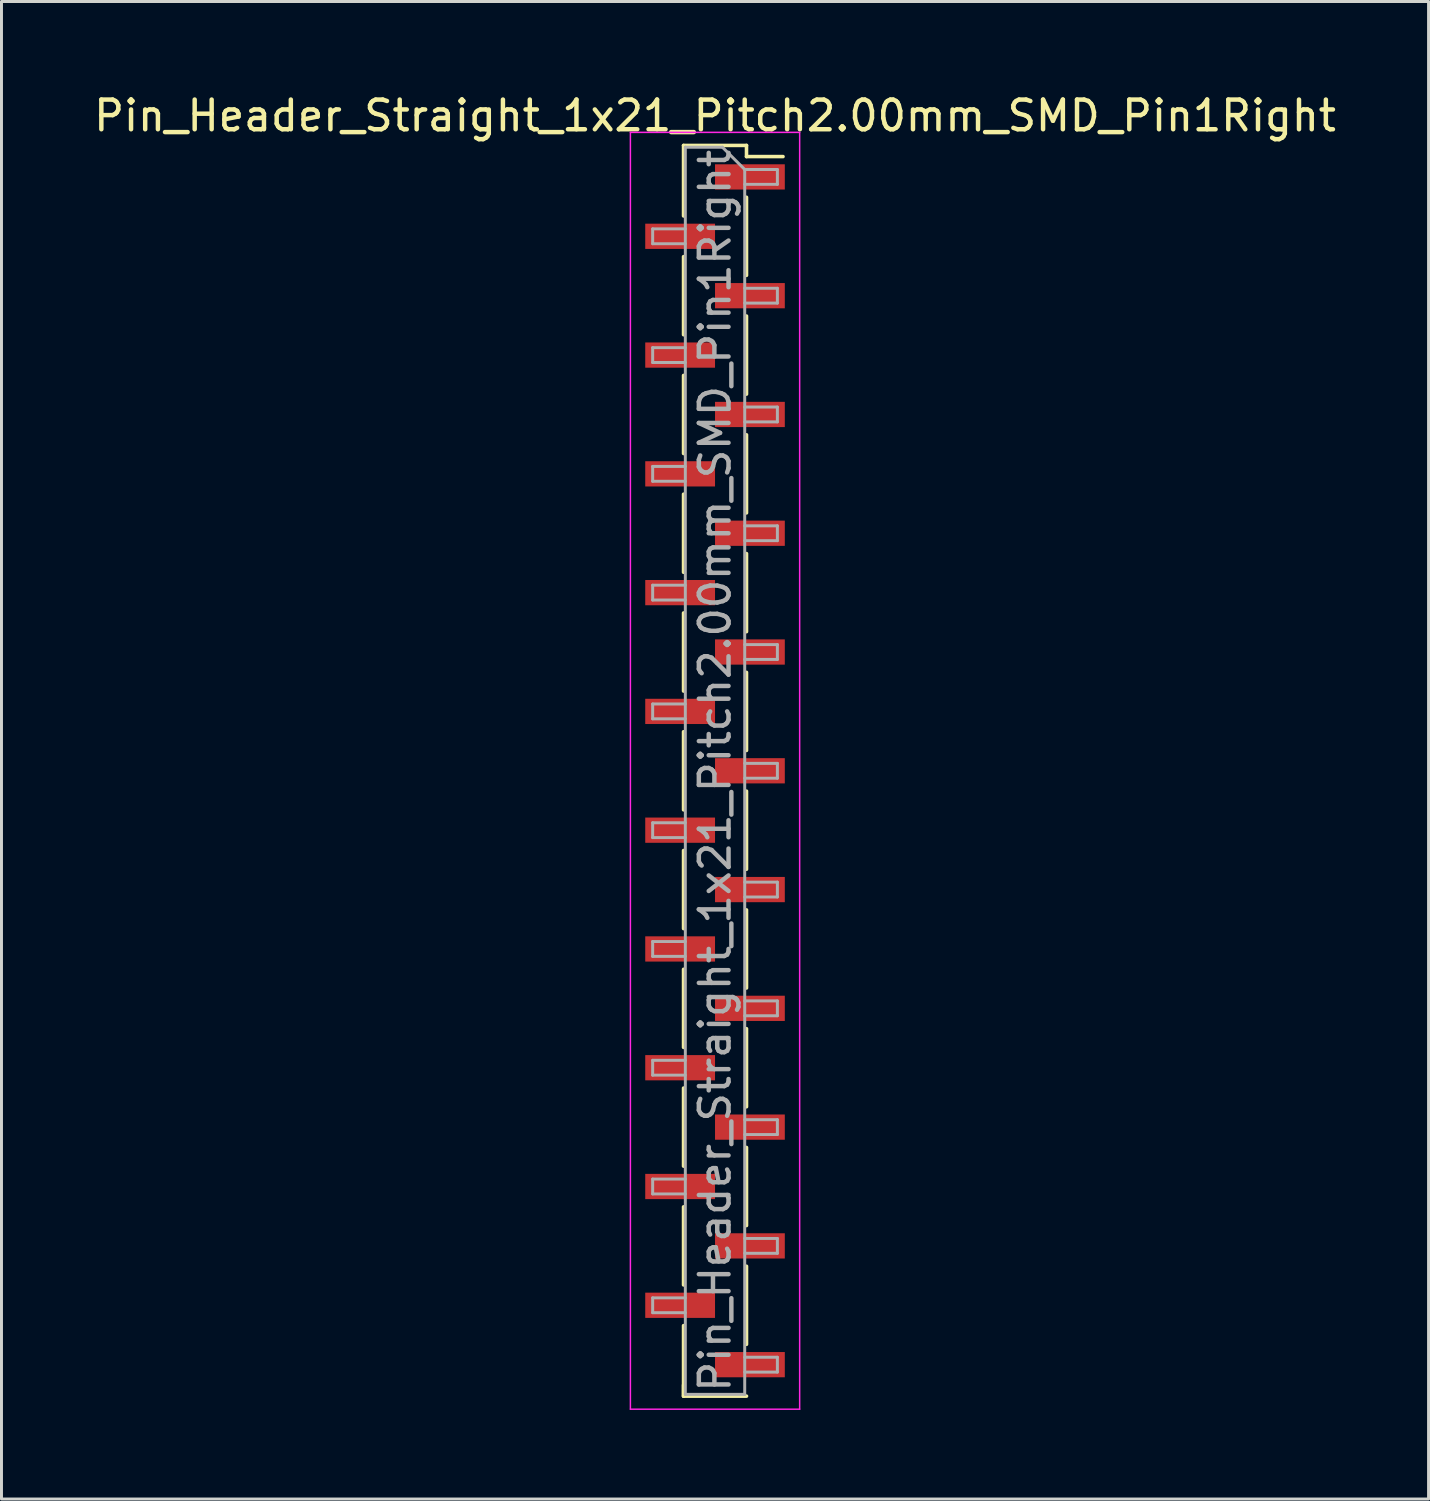
<source format=kicad_pcb>
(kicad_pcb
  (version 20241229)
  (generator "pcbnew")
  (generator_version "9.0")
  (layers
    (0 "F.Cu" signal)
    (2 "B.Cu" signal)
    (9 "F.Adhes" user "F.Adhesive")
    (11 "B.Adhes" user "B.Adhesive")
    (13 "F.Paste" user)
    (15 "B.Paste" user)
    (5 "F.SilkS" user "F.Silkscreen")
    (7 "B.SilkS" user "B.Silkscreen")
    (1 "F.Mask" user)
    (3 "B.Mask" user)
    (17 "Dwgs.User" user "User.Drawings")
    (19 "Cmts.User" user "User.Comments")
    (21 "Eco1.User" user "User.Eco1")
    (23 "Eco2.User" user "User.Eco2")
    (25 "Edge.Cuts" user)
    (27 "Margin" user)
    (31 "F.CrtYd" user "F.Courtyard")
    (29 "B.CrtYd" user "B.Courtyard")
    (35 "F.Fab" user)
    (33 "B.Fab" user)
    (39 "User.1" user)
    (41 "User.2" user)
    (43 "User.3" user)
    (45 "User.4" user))
  (footprint "Pin_Header_Straight_1x21_Pitch2.00mm_SMD_Pin1Right"
    (layer "F.Cu")
    (at 21.03 22.908)
    (property "Reference" "Pin_Header_Straight_1x21_Pitch2.00mm_SMD_Pin1Right" (at 0 -22.06 0) (layer "F.SilkS") (effects (font (size 1 1) (thickness 0.15))))
    (attr smd)
    (fp_line (start -1.06 -21.06) (end -1.06 -18.685) (stroke (width 0.12) (type solid)) (layer "F.SilkS"))
    (fp_line (start -1.06 -21.06) (end 1.06 -21.06) (stroke (width 0.12) (type solid)) (layer "F.SilkS"))
    (fp_line (start -1.06 -17.315) (end -1.06 -14.685) (stroke (width 0.12) (type solid)) (layer "F.SilkS"))
    (fp_line (start -1.06 -13.315) (end -1.06 -10.685) (stroke (width 0.12) (type solid)) (layer "F.SilkS"))
    (fp_line (start -1.06 -9.315) (end -1.06 -6.685) (stroke (width 0.12) (type solid)) (layer "F.SilkS"))
    (fp_line (start -1.06 -5.315) (end -1.06 -2.685) (stroke (width 0.12) (type solid)) (layer "F.SilkS"))
    (fp_line (start -1.06 -1.315) (end -1.06 1.315) (stroke (width 0.12) (type solid)) (layer "F.SilkS"))
    (fp_line (start -1.06 2.685) (end -1.06 5.315) (stroke (width 0.12) (type solid)) (layer "F.SilkS"))
    (fp_line (start -1.06 6.685) (end -1.06 9.315) (stroke (width 0.12) (type solid)) (layer "F.SilkS"))
    (fp_line (start -1.06 10.685) (end -1.06 13.315) (stroke (width 0.12) (type solid)) (layer "F.SilkS"))
    (fp_line (start -1.06 14.685) (end -1.06 17.315) (stroke (width 0.12) (type solid)) (layer "F.SilkS"))
    (fp_line (start -1.06 18.685) (end -1.06 21.06) (stroke (width 0.12) (type solid)) (layer "F.SilkS"))
    (fp_line (start -1.06 20.685) (end -1.06 21.06) (stroke (width 0.12) (type solid)) (layer "F.SilkS"))
    (fp_line (start -1.06 21.06) (end 1.06 21.06) (stroke (width 0.12) (type solid)) (layer "F.SilkS"))
    (fp_line (start 1.06 -21.06) (end 1.06 -20.685) (stroke (width 0.12) (type solid)) (layer "F.SilkS"))
    (fp_line (start 1.06 -20.685) (end 2.29 -20.685) (stroke (width 0.12) (type solid)) (layer "F.SilkS"))
    (fp_line (start 1.06 -19.315) (end 1.06 -16.685) (stroke (width 0.12) (type solid)) (layer "F.SilkS"))
    (fp_line (start 1.06 -15.315) (end 1.06 -12.685) (stroke (width 0.12) (type solid)) (layer "F.SilkS"))
    (fp_line (start 1.06 -11.315) (end 1.06 -8.685) (stroke (width 0.12) (type solid)) (layer "F.SilkS"))
    (fp_line (start 1.06 -7.315) (end 1.06 -4.685) (stroke (width 0.12) (type solid)) (layer "F.SilkS"))
    (fp_line (start 1.06 -3.315) (end 1.06 -0.685) (stroke (width 0.12) (type solid)) (layer "F.SilkS"))
    (fp_line (start 1.06 0.685) (end 1.06 3.315) (stroke (width 0.12) (type solid)) (layer "F.SilkS"))
    (fp_line (start 1.06 4.685) (end 1.06 7.315) (stroke (width 0.12) (type solid)) (layer "F.SilkS"))
    (fp_line (start 1.06 8.685) (end 1.06 11.315) (stroke (width 0.12) (type solid)) (layer "F.SilkS"))
    (fp_line (start 1.06 12.685) (end 1.06 15.315) (stroke (width 0.12) (type solid)) (layer "F.SilkS"))
    (fp_line (start 1.06 16.685) (end 1.06 19.315) (stroke (width 0.12) (type solid)) (layer "F.SilkS"))
    (fp_line (start -2.85 -21.5) (end -2.85 21.5) (stroke (width 0.05) (type solid)) (layer "F.CrtYd"))
    (fp_line (start -2.85 21.5) (end 2.85 21.5) (stroke (width 0.05) (type solid)) (layer "F.CrtYd"))
    (fp_line (start 2.85 -21.5) (end -2.85 -21.5) (stroke (width 0.05) (type solid)) (layer "F.CrtYd"))
    (fp_line (start 2.85 21.5) (end 2.85 -21.5) (stroke (width 0.05) (type solid)) (layer "F.CrtYd"))
    (fp_line (start -2.1 -18.25) (end -2.1 -17.75) (stroke (width 0.1) (type solid)) (layer "F.Fab"))
    (fp_line (start -2.1 -17.75) (end -1 -17.75) (stroke (width 0.1) (type solid)) (layer "F.Fab"))
    (fp_line (start -2.1 -14.25) (end -2.1 -13.75) (stroke (width 0.1) (type solid)) (layer "F.Fab"))
    (fp_line (start -2.1 -13.75) (end -1 -13.75) (stroke (width 0.1) (type solid)) (layer "F.Fab"))
    (fp_line (start -2.1 -10.25) (end -2.1 -9.75) (stroke (width 0.1) (type solid)) (layer "F.Fab"))
    (fp_line (start -2.1 -9.75) (end -1 -9.75) (stroke (width 0.1) (type solid)) (layer "F.Fab"))
    (fp_line (start -2.1 -6.25) (end -2.1 -5.75) (stroke (width 0.1) (type solid)) (layer "F.Fab"))
    (fp_line (start -2.1 -5.75) (end -1 -5.75) (stroke (width 0.1) (type solid)) (layer "F.Fab"))
    (fp_line (start -2.1 -2.25) (end -2.1 -1.75) (stroke (width 0.1) (type solid)) (layer "F.Fab"))
    (fp_line (start -2.1 -1.75) (end -1 -1.75) (stroke (width 0.1) (type solid)) (layer "F.Fab"))
    (fp_line (start -2.1 1.75) (end -2.1 2.25) (stroke (width 0.1) (type solid)) (layer "F.Fab"))
    (fp_line (start -2.1 2.25) (end -1 2.25) (stroke (width 0.1) (type solid)) (layer "F.Fab"))
    (fp_line (start -2.1 5.75) (end -2.1 6.25) (stroke (width 0.1) (type solid)) (layer "F.Fab"))
    (fp_line (start -2.1 6.25) (end -1 6.25) (stroke (width 0.1) (type solid)) (layer "F.Fab"))
    (fp_line (start -2.1 9.75) (end -2.1 10.25) (stroke (width 0.1) (type solid)) (layer "F.Fab"))
    (fp_line (start -2.1 10.25) (end -1 10.25) (stroke (width 0.1) (type solid)) (layer "F.Fab"))
    (fp_line (start -2.1 13.75) (end -2.1 14.25) (stroke (width 0.1) (type solid)) (layer "F.Fab"))
    (fp_line (start -2.1 14.25) (end -1 14.25) (stroke (width 0.1) (type solid)) (layer "F.Fab"))
    (fp_line (start -2.1 17.75) (end -2.1 18.25) (stroke (width 0.1) (type solid)) (layer "F.Fab"))
    (fp_line (start -2.1 18.25) (end -1 18.25) (stroke (width 0.1) (type solid)) (layer "F.Fab"))
    (fp_line (start -1 -21) (end -1 21) (stroke (width 0.1) (type solid)) (layer "F.Fab"))
    (fp_line (start -1 -21) (end 0.25 -21) (stroke (width 0.1) (type solid)) (layer "F.Fab"))
    (fp_line (start -1 -18.25) (end -2.1 -18.25) (stroke (width 0.1) (type solid)) (layer "F.Fab"))
    (fp_line (start -1 -14.25) (end -2.1 -14.25) (stroke (width 0.1) (type solid)) (layer "F.Fab"))
    (fp_line (start -1 -10.25) (end -2.1 -10.25) (stroke (width 0.1) (type solid)) (layer "F.Fab"))
    (fp_line (start -1 -6.25) (end -2.1 -6.25) (stroke (width 0.1) (type solid)) (layer "F.Fab"))
    (fp_line (start -1 -2.25) (end -2.1 -2.25) (stroke (width 0.1) (type solid)) (layer "F.Fab"))
    (fp_line (start -1 1.75) (end -2.1 1.75) (stroke (width 0.1) (type solid)) (layer "F.Fab"))
    (fp_line (start -1 5.75) (end -2.1 5.75) (stroke (width 0.1) (type solid)) (layer "F.Fab"))
    (fp_line (start -1 9.75) (end -2.1 9.75) (stroke (width 0.1) (type solid)) (layer "F.Fab"))
    (fp_line (start -1 13.75) (end -2.1 13.75) (stroke (width 0.1) (type solid)) (layer "F.Fab"))
    (fp_line (start -1 17.75) (end -2.1 17.75) (stroke (width 0.1) (type solid)) (layer "F.Fab"))
    (fp_line (start 1 -20.25) (end 0.25 -21) (stroke (width 0.1) (type solid)) (layer "F.Fab"))
    (fp_line (start 1 -20.25) (end 2.1 -20.25) (stroke (width 0.1) (type solid)) (layer "F.Fab"))
    (fp_line (start 1 -16.25) (end 2.1 -16.25) (stroke (width 0.1) (type solid)) (layer "F.Fab"))
    (fp_line (start 1 -12.25) (end 2.1 -12.25) (stroke (width 0.1) (type solid)) (layer "F.Fab"))
    (fp_line (start 1 -8.25) (end 2.1 -8.25) (stroke (width 0.1) (type solid)) (layer "F.Fab"))
    (fp_line (start 1 -4.25) (end 2.1 -4.25) (stroke (width 0.1) (type solid)) (layer "F.Fab"))
    (fp_line (start 1 -0.25) (end 2.1 -0.25) (stroke (width 0.1) (type solid)) (layer "F.Fab"))
    (fp_line (start 1 3.75) (end 2.1 3.75) (stroke (width 0.1) (type solid)) (layer "F.Fab"))
    (fp_line (start 1 7.75) (end 2.1 7.75) (stroke (width 0.1) (type solid)) (layer "F.Fab"))
    (fp_line (start 1 11.75) (end 2.1 11.75) (stroke (width 0.1) (type solid)) (layer "F.Fab"))
    (fp_line (start 1 15.75) (end 2.1 15.75) (stroke (width 0.1) (type solid)) (layer "F.Fab"))
    (fp_line (start 1 19.75) (end 2.1 19.75) (stroke (width 0.1) (type solid)) (layer "F.Fab"))
    (fp_line (start 1 21) (end -1 21) (stroke (width 0.1) (type solid)) (layer "F.Fab"))
    (fp_line (start 1 21) (end 1 -20.25) (stroke (width 0.1) (type solid)) (layer "F.Fab"))
    (fp_line (start 2.1 -20.25) (end 2.1 -19.75) (stroke (width 0.1) (type solid)) (layer "F.Fab"))
    (fp_line (start 2.1 -19.75) (end 1 -19.75) (stroke (width 0.1) (type solid)) (layer "F.Fab"))
    (fp_line (start 2.1 -16.25) (end 2.1 -15.75) (stroke (width 0.1) (type solid)) (layer "F.Fab"))
    (fp_line (start 2.1 -15.75) (end 1 -15.75) (stroke (width 0.1) (type solid)) (layer "F.Fab"))
    (fp_line (start 2.1 -12.25) (end 2.1 -11.75) (stroke (width 0.1) (type solid)) (layer "F.Fab"))
    (fp_line (start 2.1 -11.75) (end 1 -11.75) (stroke (width 0.1) (type solid)) (layer "F.Fab"))
    (fp_line (start 2.1 -8.25) (end 2.1 -7.75) (stroke (width 0.1) (type solid)) (layer "F.Fab"))
    (fp_line (start 2.1 -7.75) (end 1 -7.75) (stroke (width 0.1) (type solid)) (layer "F.Fab"))
    (fp_line (start 2.1 -4.25) (end 2.1 -3.75) (stroke (width 0.1) (type solid)) (layer "F.Fab"))
    (fp_line (start 2.1 -3.75) (end 1 -3.75) (stroke (width 0.1) (type solid)) (layer "F.Fab"))
    (fp_line (start 2.1 -0.25) (end 2.1 0.25) (stroke (width 0.1) (type solid)) (layer "F.Fab"))
    (fp_line (start 2.1 0.25) (end 1 0.25) (stroke (width 0.1) (type solid)) (layer "F.Fab"))
    (fp_line (start 2.1 3.75) (end 2.1 4.25) (stroke (width 0.1) (type solid)) (layer "F.Fab"))
    (fp_line (start 2.1 4.25) (end 1 4.25) (stroke (width 0.1) (type solid)) (layer "F.Fab"))
    (fp_line (start 2.1 7.75) (end 2.1 8.25) (stroke (width 0.1) (type solid)) (layer "F.Fab"))
    (fp_line (start 2.1 8.25) (end 1 8.25) (stroke (width 0.1) (type solid)) (layer "F.Fab"))
    (fp_line (start 2.1 11.75) (end 2.1 12.25) (stroke (width 0.1) (type solid)) (layer "F.Fab"))
    (fp_line (start 2.1 12.25) (end 1 12.25) (stroke (width 0.1) (type solid)) (layer "F.Fab"))
    (fp_line (start 2.1 15.75) (end 2.1 16.25) (stroke (width 0.1) (type solid)) (layer "F.Fab"))
    (fp_line (start 2.1 16.25) (end 1 16.25) (stroke (width 0.1) (type solid)) (layer "F.Fab"))
    (fp_line (start 2.1 19.75) (end 2.1 20.25) (stroke (width 0.1) (type solid)) (layer "F.Fab"))
    (fp_line (start 2.1 20.25) (end 1 20.25) (stroke (width 0.1) (type solid)) (layer "F.Fab"))
    (fp_text user "${REFERENCE}" (at 0 0 90) (layer "F.Fab") (effects (font (size 1 1) (thickness 0.15))))
    (pad "1" smd rect (at 1.175 -20) (size 2.35 0.85) (layers "F.Cu" "F.Mask" "F.Paste"))
    (pad "2" smd rect (at -1.175 -18) (size 2.35 0.85) (layers "F.Cu" "F.Mask" "F.Paste"))
    (pad "3" smd rect (at 1.175 -16) (size 2.35 0.85) (layers "F.Cu" "F.Mask" "F.Paste"))
    (pad "4" smd rect (at -1.175 -14) (size 2.35 0.85) (layers "F.Cu" "F.Mask" "F.Paste"))
    (pad "5" smd rect (at 1.175 -12) (size 2.35 0.85) (layers "F.Cu" "F.Mask" "F.Paste"))
    (pad "6" smd rect (at -1.175 -10) (size 2.35 0.85) (layers "F.Cu" "F.Mask" "F.Paste"))
    (pad "7" smd rect (at 1.175 -8) (size 2.35 0.85) (layers "F.Cu" "F.Mask" "F.Paste"))
    (pad "8" smd rect (at -1.175 -6) (size 2.35 0.85) (layers "F.Cu" "F.Mask" "F.Paste"))
    (pad "9" smd rect (at 1.175 -4) (size 2.35 0.85) (layers "F.Cu" "F.Mask" "F.Paste"))
    (pad "10" smd rect (at -1.175 -2) (size 2.35 0.85) (layers "F.Cu" "F.Mask" "F.Paste"))
    (pad "11" smd rect (at 1.175 0) (size 2.35 0.85) (layers "F.Cu" "F.Mask" "F.Paste"))
    (pad "12" smd rect (at -1.175 2) (size 2.35 0.85) (layers "F.Cu" "F.Mask" "F.Paste"))
    (pad "13" smd rect (at 1.175 4) (size 2.35 0.85) (layers "F.Cu" "F.Mask" "F.Paste"))
    (pad "14" smd rect (at -1.175 6) (size 2.35 0.85) (layers "F.Cu" "F.Mask" "F.Paste"))
    (pad "15" smd rect (at 1.175 8) (size 2.35 0.85) (layers "F.Cu" "F.Mask" "F.Paste"))
    (pad "16" smd rect (at -1.175 10) (size 2.35 0.85) (layers "F.Cu" "F.Mask" "F.Paste"))
    (pad "17" smd rect (at 1.175 12) (size 2.35 0.85) (layers "F.Cu" "F.Mask" "F.Paste"))
    (pad "18" smd rect (at -1.175 14) (size 2.35 0.85) (layers "F.Cu" "F.Mask" "F.Paste"))
    (pad "19" smd rect (at 1.175 16) (size 2.35 0.85) (layers "F.Cu" "F.Mask" "F.Paste"))
    (pad "20" smd rect (at -1.175 18) (size 2.35 0.85) (layers "F.Cu" "F.Mask" "F.Paste"))
    (pad "21" smd rect (at 1.175 20) (size 2.35 0.85) (layers "F.Cu" "F.Mask" "F.Paste")))
  (gr_rect
    (start -3 -3)
    (end 45.06 47.433)
    (stroke (width 0.1) (type default))
    (fill no)
    (layer "Edge.Cuts")))
</source>
